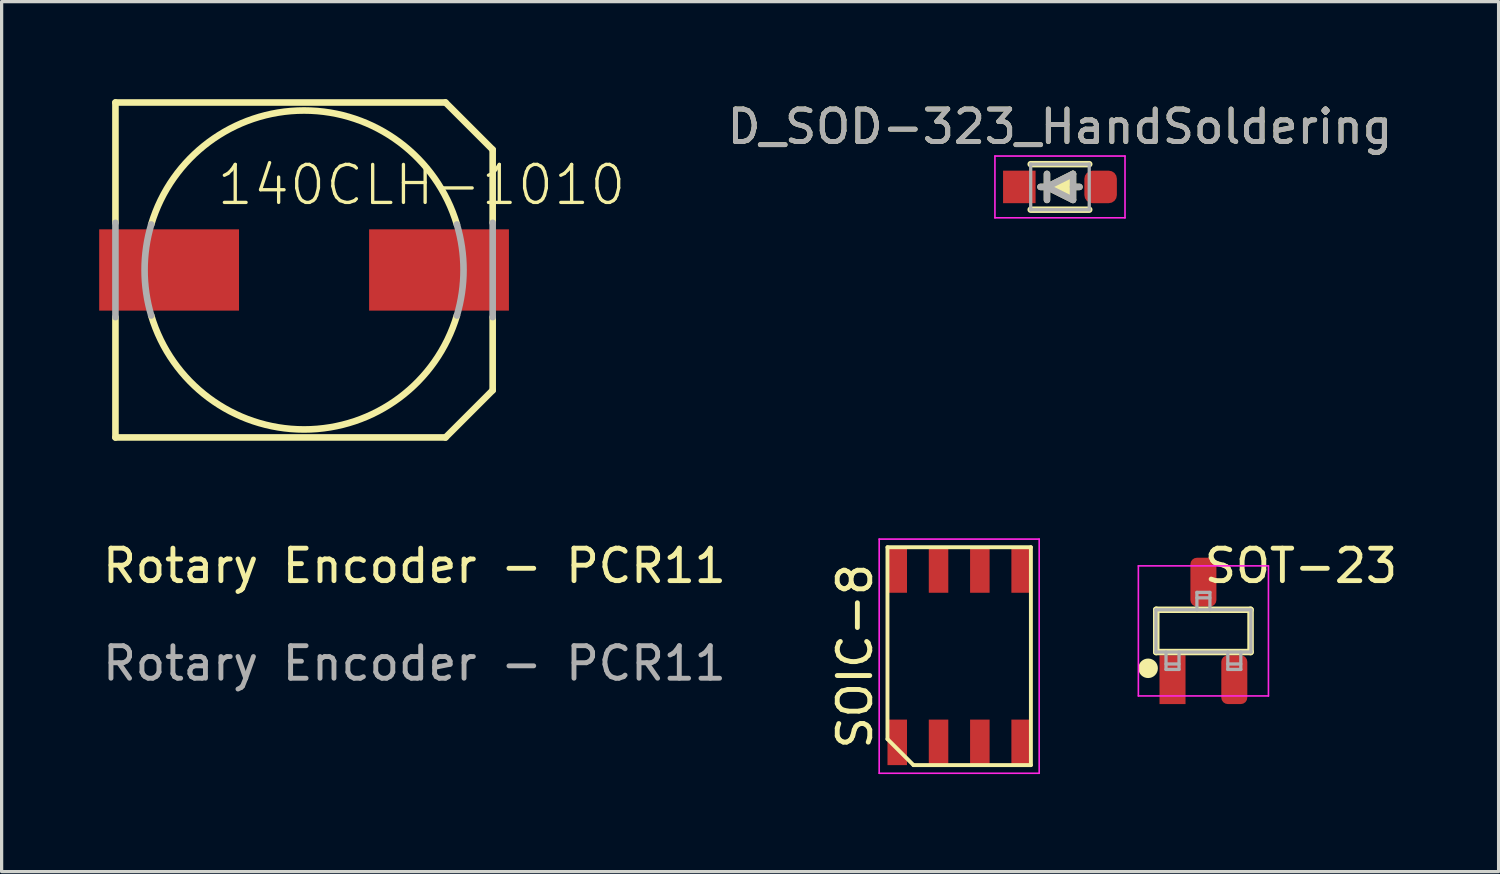
<source format=kicad_pcb>
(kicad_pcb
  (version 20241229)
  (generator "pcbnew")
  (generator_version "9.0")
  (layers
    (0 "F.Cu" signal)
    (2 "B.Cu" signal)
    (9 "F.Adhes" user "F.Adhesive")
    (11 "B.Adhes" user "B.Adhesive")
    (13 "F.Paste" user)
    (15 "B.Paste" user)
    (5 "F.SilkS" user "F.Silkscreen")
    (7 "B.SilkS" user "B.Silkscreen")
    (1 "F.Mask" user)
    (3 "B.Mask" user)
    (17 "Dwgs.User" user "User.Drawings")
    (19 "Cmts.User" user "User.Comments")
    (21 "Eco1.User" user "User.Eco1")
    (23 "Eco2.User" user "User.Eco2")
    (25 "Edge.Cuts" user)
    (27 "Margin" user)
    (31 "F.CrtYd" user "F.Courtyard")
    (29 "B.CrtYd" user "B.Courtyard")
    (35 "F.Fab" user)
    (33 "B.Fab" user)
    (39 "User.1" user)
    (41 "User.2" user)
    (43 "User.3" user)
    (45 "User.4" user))
  (footprint "SOIC-8"
    (layer "F.Cu")
    (at 26.446 17.128)
    (property "Reference" "SOIC-8" (at -3.205 0 90) (layer "F.SilkS") (effects (font (size 1 1) (thickness 0.15))))
    (attr through_hole)
    (fp_line (start -2.205 -3.35) (end 2.205 -3.35) (stroke (width 0.12) (type solid)) (layer "F.SilkS"))
    (fp_line (start -2.205 2.55) (end -2.205 -3.35) (stroke (width 0.12) (type solid)) (layer "F.SilkS"))
    (fp_line (start -1.405 3.35) (end -2.205 2.55) (stroke (width 0.12) (type solid)) (layer "F.SilkS"))
    (fp_line (start 2.205 -3.35) (end 2.205 3.35) (stroke (width 0.12) (type solid)) (layer "F.SilkS"))
    (fp_line (start 2.205 3.35) (end -1.405 3.35) (stroke (width 0.12) (type solid)) (layer "F.SilkS"))
    (fp_line (start -2.46 -3.6) (end 2.46 -3.6) (stroke (width 0.05) (type solid)) (layer "F.CrtYd"))
    (fp_line (start -2.46 3.6) (end -2.46 -3.6) (stroke (width 0.05) (type solid)) (layer "F.CrtYd"))
    (fp_line (start 2.46 -3.6) (end 2.46 3.6) (stroke (width 0.05) (type solid)) (layer "F.CrtYd"))
    (fp_line (start 2.46 3.6) (end -2.46 3.6) (stroke (width 0.05) (type solid)) (layer "F.CrtYd"))
    (pad "1" smd rect (at -1.905 2.65) (size 0.6 1.4) (layers "F.Cu" "F.Mask" "F.Paste"))
    (pad "2" smd rect (at -0.635 2.65) (size 0.6 1.4) (layers "F.Cu" "F.Mask" "F.Paste"))
    (pad "3" smd rect (at 0.635 2.65) (size 0.6 1.4) (layers "F.Cu" "F.Mask" "F.Paste"))
    (pad "4" smd rect (at 1.905 2.65) (size 0.6 1.4) (layers "F.Cu" "F.Mask" "F.Paste"))
    (pad "5" smd rect (at 1.905 -2.65) (size 0.6 1.4) (layers "F.Cu" "F.Mask" "F.Paste"))
    (pad "6" smd rect (at 0.635 -2.65) (size 0.6 1.4) (layers "F.Cu" "F.Mask" "F.Paste"))
    (pad "7" smd rect (at -0.635 -2.65) (size 0.6 1.4) (layers "F.Cu" "F.Mask" "F.Paste"))
    (pad "8" smd rect (at -1.905 -2.65) (size 0.6 1.4) (layers "F.Cu" "F.Mask" "F.Paste")))
  (footprint "SOT-23"
    (layer "F.Cu")
    (at 33.956 16.351)
    (property "Reference" "SOT-23" (at 3 -2 0) (unlocked yes) (layer "F.SilkS") (effects (font (size 1 1) (thickness 0.15))))
    (attr smd)
    (fp_line (start -1.45 -0.65) (end 1.45 -0.65) (stroke (width 0.2) (type solid)) (layer "F.SilkS"))
    (fp_line (start -1.45 0.65) (end -1.45 -0.65) (stroke (width 0.2) (type solid)) (layer "F.SilkS"))
    (fp_line (start 1.45 -0.65) (end 1.45 0.65) (stroke (width 0.2) (type solid)) (layer "F.SilkS"))
    (fp_line (start 1.45 0.65) (end -1.45 0.65) (stroke (width 0.2) (type solid)) (layer "F.SilkS"))
    (fp_circle (center -1.7 1.15) (end -1.55 1.15) (stroke (width 0.3) (type solid)) (fill no) (layer "F.SilkS"))
    (fp_line (start -0.95 0) (end -0.45 0) (stroke (width 0.05) (type solid)) (layer "Eco1.User"))
    (fp_line (start -0.95 0.6) (end -0.95 0) (stroke (width 0.05) (type solid)) (layer "Eco1.User"))
    (fp_line (start -0.3 -0.1) (end -0.3 0.1) (stroke (width 0.05) (type solid)) (layer "Eco1.User"))
    (fp_line (start -0.3 0) (end -0.45 0) (stroke (width 0.05) (type solid)) (layer "Eco1.User"))
    (fp_line (start -0.3 0.1) (end -0.3 0) (stroke (width 0.05) (type solid)) (layer "Eco1.User"))
    (fp_line (start -0.2 -0.25) (end -0.2 0.2) (stroke (width 0.05) (type solid)) (layer "Eco1.User"))
    (fp_line (start -0.2 0.1) (end 0 0.1) (stroke (width 0.05) (type solid)) (layer "Eco1.User"))
    (fp_line (start -0.1 0.05) (end 0 0.1) (stroke (width 0.05) (type solid)) (layer "Eco1.User"))
    (fp_line (start -0.1 0.15) (end -0.1 0.05) (stroke (width 0.05) (type solid)) (layer "Eco1.User"))
    (fp_line (start 0 -0.6) (end 0 -0.15) (stroke (width 0.05) (type solid)) (layer "Eco1.User"))
    (fp_line (start 0 -0.15) (end -0.2 -0.15) (stroke (width 0.05) (type solid)) (layer "Eco1.User"))
    (fp_line (start 0 0.1) (end -0.1 0.15) (stroke (width 0.05) (type solid)) (layer "Eco1.User"))
    (fp_line (start 0 0.1) (end 0 0.4) (stroke (width 0.05) (type solid)) (layer "Eco1.User"))
    (fp_line (start 0 0.4) (end 0.95 0.4) (stroke (width 0.05) (type solid)) (layer "Eco1.User"))
    (fp_line (start 0.95 0.4) (end 0.95 0.6) (stroke (width 0.05) (type solid)) (layer "Eco1.User"))
    (fp_line (start -2 -2) (end -2 2) (stroke (width 0.05) (type solid)) (layer "F.CrtYd"))
    (fp_line (start -2 2) (end 2 2) (stroke (width 0.05) (type solid)) (layer "F.CrtYd"))
    (fp_line (start 2 -2) (end -2 -2) (stroke (width 0.05) (type solid)) (layer "F.CrtYd"))
    (fp_line (start 2 2) (end 2 -2) (stroke (width 0.05) (type solid)) (layer "F.CrtYd"))
    (fp_line (start -1.46 -0.65) (end -1.46 0.65) (stroke (width 0.1) (type solid)) (layer "F.Fab"))
    (fp_line (start -1.46 0.65) (end 1.46 0.65) (stroke (width 0.1) (type solid)) (layer "F.Fab"))
    (fp_line (start -1.15 1.017) (end -0.75 1.017) (stroke (width 0.1) (type solid)) (layer "F.Fab"))
    (fp_line (start -1.15 1.185) (end -1.15 0.65) (stroke (width 0.1) (type solid)) (layer "F.Fab"))
    (fp_line (start -1.15 1.185) (end -0.75 1.185) (stroke (width 0.1) (type solid)) (layer "F.Fab"))
    (fp_line (start -0.75 1.185) (end -0.75 0.65) (stroke (width 0.1) (type solid)) (layer "F.Fab"))
    (fp_line (start -0.2 -1.185) (end -0.2 -0.65) (stroke (width 0.1) (type solid)) (layer "F.Fab"))
    (fp_line (start -0.2 -1.185) (end 0.2 -1.185) (stroke (width 0.1) (type solid)) (layer "F.Fab"))
    (fp_line (start -0.2 -1.017) (end 0.2 -1.017) (stroke (width 0.1) (type solid)) (layer "F.Fab"))
    (fp_line (start 0.2 -1.185) (end 0.2 -0.65) (stroke (width 0.1) (type solid)) (layer "F.Fab"))
    (fp_line (start 0.75 1.017) (end 1.15 1.017) (stroke (width 0.1) (type solid)) (layer "F.Fab"))
    (fp_line (start 0.75 1.185) (end 0.75 0.65) (stroke (width 0.1) (type solid)) (layer "F.Fab"))
    (fp_line (start 0.75 1.185) (end 1.15 1.185) (stroke (width 0.1) (type solid)) (layer "F.Fab"))
    (fp_line (start 1.15 1.185) (end 1.15 0.65) (stroke (width 0.1) (type solid)) (layer "F.Fab"))
    (fp_line (start 1.46 -0.65) (end -1.46 -0.65) (stroke (width 0.1) (type solid)) (layer "F.Fab"))
    (fp_line (start 1.46 0.65) (end 1.46 -0.65) (stroke (width 0.1) (type solid)) (layer "F.Fab"))
    (pad "1" smd rect (at -0.95 1.5) (size 0.8 1.5) (layers "F.Cu" "F.Mask" "F.Paste"))
    (pad "2" smd roundrect (at 0 -1.5) (size 0.8 1.5) (layers "F.Cu" "F.Mask" "F.Paste") (roundrect_rratio 0.25))
    (pad "3" smd roundrect (at 0.95 1.5) (size 0.8 1.5) (layers "F.Cu" "F.Mask" "F.Paste") (roundrect_rratio 0.25)))
  (footprint "Rotary Encoder - PCR11"
    (layer "F.Cu")
    (at 9.696 14.851)
    (property "Reference" "Rotary Encoder - PCR11" (at 0 -0.5 0) (unlocked yes) (layer "F.SilkS") (effects (font (size 1 1) (thickness 0.15))))
    (attr smd)
    (fp_text user "${REFERENCE}" (at 0 2.5 0) (unlocked yes) (layer "F.Fab") (effects (font (size 1 1) (thickness 0.15)))))
  (footprint "140CLH-1010"
    (layer "F.Cu")
    (at 6.3 5.252)
    (property "Reference" "140CLH-1010" (at -2.74 -1.93 0) (layer "F.SilkS") (effects (font (size 1.168 1.168) (thickness 0.102)) (justify left bottom)))
    (fp_line (start -5.8 -5.15) (end 4.35 -5.15) (stroke (width 0.203) (type solid)) (layer "F.SilkS"))
    (fp_line (start -5.8 -1.45) (end -5.8 -5.15) (stroke (width 0.203) (type solid)) (layer "F.SilkS"))
    (fp_line (start -5.8 5.15) (end -5.8 1.45) (stroke (width 0.203) (type solid)) (layer "F.SilkS"))
    (fp_line (start 4.35 5.15) (end -5.8 5.15) (stroke (width 0.203) (type solid)) (layer "F.SilkS"))
    (fp_line (start 5.8 -3.7) (end 4.35 -5.15) (stroke (width 0.203) (type solid)) (layer "F.SilkS"))
    (fp_line (start 5.8 -3.7) (end 5.8 -1.45) (stroke (width 0.203) (type solid)) (layer "F.SilkS"))
    (fp_line (start 5.8 1.45) (end 5.8 3.7) (stroke (width 0.203) (type solid)) (layer "F.SilkS"))
    (fp_line (start 5.8 3.7) (end 4.35 5.15) (stroke (width 0.203) (type solid)) (layer "F.SilkS"))
    (fp_arc (start -4.7 -1.4) (mid 0 -4.90408) (end 4.7 -1.4) (stroke (width 0.2032) (type solid)) (layer "F.SilkS"))
    (fp_arc (start 4.7 1.4) (mid 0 4.90408) (end -4.7 1.4) (stroke (width 0.2032) (type solid)) (layer "F.SilkS"))
    (fp_line (start -5.8 1.45) (end -5.8 -1.45) (stroke (width 0.203) (type solid)) (layer "F.Fab"))
    (fp_line (start 5.8 -1.45) (end 5.8 1.45) (stroke (width 0.203) (type solid)) (layer "F.Fab"))
    (fp_arc (start -4.7 1.4) (mid -4.90408 0) (end -4.7 -1.4) (stroke (width 0.2032) (type solid)) (layer "F.Fab"))
    (fp_arc (start 4.7 -1.4) (mid 4.90408 0) (end 4.7 1.4) (stroke (width 0.2032) (type solid)) (layer "F.Fab"))
    (pad "+" smd rect (at 4.15 0) (size 4.3 2.5) (layers "F.Cu" "F.Mask" "F.Paste"))
    (pad "-" smd rect (at -4.15 0) (size 4.3 2.5) (layers "F.Cu" "F.Mask" "F.Paste")))
  (footprint "D_SOD-323_HandSoldering"
    (layer "F.Cu")
    (at 29.545 2.698)
    (property "Reference" "D_SOD-323_HandSoldering" (at 0 -1.85 0) (layer "F.SilkS") (effects (font (size 1 1) (thickness 0.15))))
    (attr smd)
    (fp_line (start -0.9 -0.7) (end 0.9 -0.7) (stroke (width 0.2) (type solid)) (layer "F.SilkS"))
    (fp_line (start -0.9 0.7) (end 0.9 0.7) (stroke (width 0.2) (type solid)) (layer "F.SilkS"))
    (fp_line (start -0.4 -0.4) (end -0.4 0.4) (stroke (width 0.2) (type solid)) (layer "F.SilkS"))
    (fp_line (start -0.4 0) (end -0.6 0) (stroke (width 0.2) (type solid)) (layer "F.SilkS"))
    (fp_line (start -0.4 0) (end 0.4 0.4) (stroke (width 0.2) (type solid)) (layer "F.SilkS"))
    (fp_line (start -0.1 0) (end 0.3 -0.2) (stroke (width 0.2) (type solid)) (layer "F.SilkS"))
    (fp_line (start -0.1 0) (end 0.3 0.2) (stroke (width 0.2) (type solid)) (layer "F.SilkS"))
    (fp_line (start 0.1 0) (end 0.3 0) (stroke (width 0.2) (type solid)) (layer "F.SilkS"))
    (fp_line (start 0.4 -0.4) (end -0.4 0) (stroke (width 0.2) (type solid)) (layer "F.SilkS"))
    (fp_line (start 0.4 -0.4) (end 0.4 0.4) (stroke (width 0.2) (type solid)) (layer "F.SilkS"))
    (fp_line (start 0.6 0) (end 0.4 0) (stroke (width 0.2) (type solid)) (layer "F.SilkS"))
    (fp_line (start -2 -0.95) (end -2 0.95) (stroke (width 0.05) (type solid)) (layer "F.CrtYd"))
    (fp_line (start -2 -0.95) (end 2 -0.95) (stroke (width 0.05) (type solid)) (layer "F.CrtYd"))
    (fp_line (start -2 0.95) (end 2 0.95) (stroke (width 0.05) (type solid)) (layer "F.CrtYd"))
    (fp_line (start 2 -0.95) (end 2 0.95) (stroke (width 0.05) (type solid)) (layer "F.CrtYd"))
    (fp_line (start -0.9 -0.7) (end 0.9 -0.7) (stroke (width 0.1) (type solid)) (layer "F.Fab"))
    (fp_line (start -0.9 0.7) (end -0.9 -0.7) (stroke (width 0.1) (type solid)) (layer "F.Fab"))
    (fp_line (start -0.4 -0.4) (end -0.4 0.4) (stroke (width 0.2) (type solid)) (layer "F.Fab"))
    (fp_line (start -0.4 0) (end -0.6 0) (stroke (width 0.2) (type solid)) (layer "F.Fab"))
    (fp_line (start -0.4 0) (end 0.4 -0.4) (stroke (width 0.2) (type solid)) (layer "F.Fab"))
    (fp_line (start 0.4 -0.4) (end 0.4 0.4) (stroke (width 0.2) (type solid)) (layer "F.Fab"))
    (fp_line (start 0.4 0) (end 0.6 0) (stroke (width 0.2) (type solid)) (layer "F.Fab"))
    (fp_line (start 0.4 0.4) (end -0.4 0) (stroke (width 0.2) (type solid)) (layer "F.Fab"))
    (fp_line (start 0.9 -0.7) (end 0.9 0.7) (stroke (width 0.1) (type solid)) (layer "F.Fab"))
    (fp_line (start 0.9 0.7) (end -0.9 0.7) (stroke (width 0.1) (type solid)) (layer "F.Fab"))
    (fp_text user "${REFERENCE}" (at 0 -1.85 0) (layer "F.Fab") (effects (font (size 1 1) (thickness 0.15))))
    (pad "1" smd rect (at -1.25 0) (size 1 1) (layers "F.Cu" "F.Mask" "F.Paste"))
    (pad "2" smd roundrect (at 1.25 0) (size 1 1) (layers "F.Cu" "F.Mask" "F.Paste") (roundrect_rratio 0.25)))
  (gr_rect
    (start -3 -3)
    (end 43.033 23.753)
    (stroke (width 0.1) (type default))
    (fill no)
    (layer "Edge.Cuts")))
</source>
